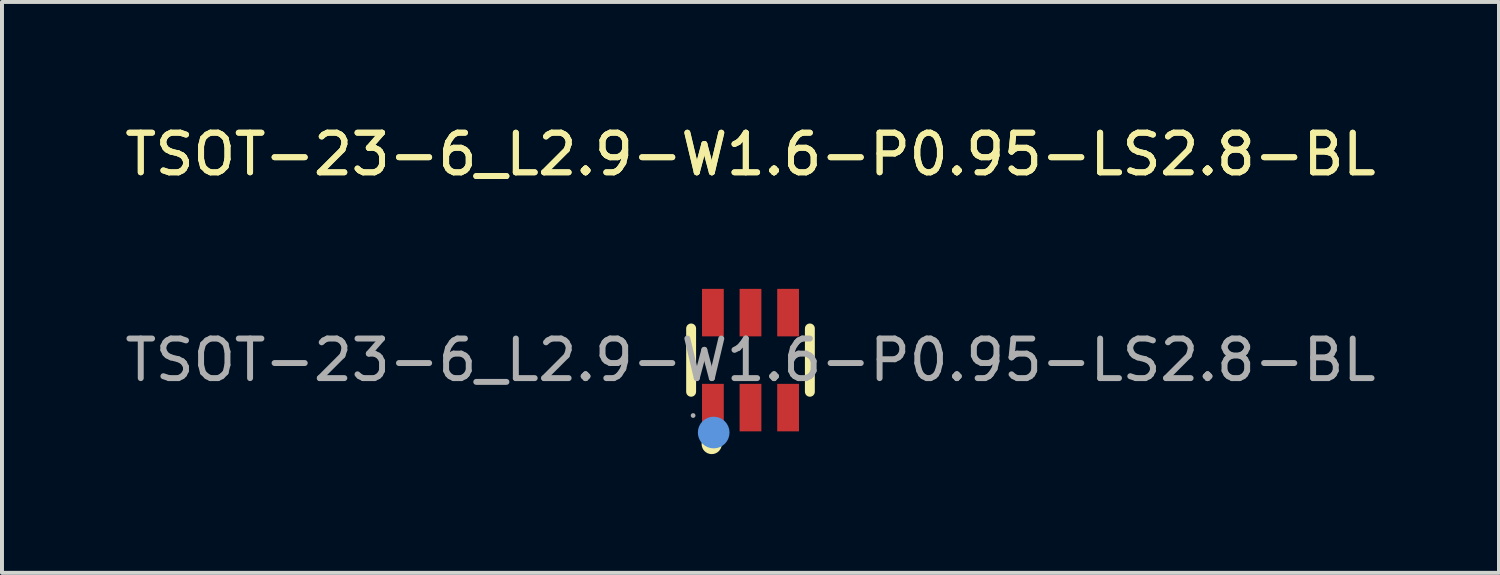
<source format=kicad_pcb>
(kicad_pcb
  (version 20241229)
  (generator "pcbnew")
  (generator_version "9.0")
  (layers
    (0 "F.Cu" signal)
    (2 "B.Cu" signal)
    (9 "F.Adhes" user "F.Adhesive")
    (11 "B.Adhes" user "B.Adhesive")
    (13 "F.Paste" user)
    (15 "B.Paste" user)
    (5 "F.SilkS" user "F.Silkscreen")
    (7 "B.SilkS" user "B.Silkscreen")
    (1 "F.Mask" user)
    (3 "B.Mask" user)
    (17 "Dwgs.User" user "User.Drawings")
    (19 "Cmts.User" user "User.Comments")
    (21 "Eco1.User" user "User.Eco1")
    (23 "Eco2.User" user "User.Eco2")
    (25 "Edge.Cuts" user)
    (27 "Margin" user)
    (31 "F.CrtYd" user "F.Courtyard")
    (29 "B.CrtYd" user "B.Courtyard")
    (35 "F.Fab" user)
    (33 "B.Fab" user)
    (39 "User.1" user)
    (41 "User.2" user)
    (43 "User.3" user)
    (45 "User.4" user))
  (footprint "TSOT-23-6_L2.9-W1.6-P0.95-LS2.8-BL"
    (layer "F.Cu")
    (at 15.911 6.048)
    (property "Reference" "TSOT-23-6_L2.9-W1.6-P0.95-LS2.8-BL" (at 0 -5.2 0) (layer "F.SilkS") (effects (font (size 1 1) (thickness 0.15))))
    (attr smd)
    (fp_line (start -1.5 0.8) (end -1.5 -0.8) (stroke (width 0.25) (type solid)) (layer "F.SilkS"))
    (fp_line (start 1.5 -0.8) (end 1.5 0.8) (stroke (width 0.25) (type solid)) (layer "F.SilkS"))
    (fp_circle (center -0.98 2.12) (end -0.85 2.12) (stroke (width 0.25) (type solid)) (fill no) (layer "F.SilkS"))
    (fp_circle (center -0.93 1.83) (end -0.73 1.83) (stroke (width 0.4) (type solid)) (fill no) (layer "Cmts.User"))
    (fp_circle (center -1.45 1.4) (end -1.42 1.4) (stroke (width 0.06) (type solid)) (fill no) (layer "F.Fab"))
    (fp_text user "${REFERENCE}" (at 0 -5.2 0) (layer "F.SilkS") (effects (font (size 1 1) (thickness 0.15))))
    (fp_text user "${REFERENCE}" (at 0 0 0) (layer "F.Fab") (effects (font (size 1 1) (thickness 0.15))))
    (pad "1" smd rect (at -0.95 1.2) (size 0.55 1.2) (layers "F.Cu" "F.Mask" "F.Paste"))
    (pad "2" smd rect (at 0 1.2) (size 0.55 1.2) (layers "F.Cu" "F.Mask" "F.Paste"))
    (pad "3" smd rect (at 0.95 1.2) (size 0.55 1.2) (layers "F.Cu" "F.Mask" "F.Paste"))
    (pad "4" smd rect (at 0.95 -1.2) (size 0.55 1.2) (layers "F.Cu" "F.Mask" "F.Paste"))
    (pad "5" smd rect (at 0 -1.2) (size 0.55 1.2) (layers "F.Cu" "F.Mask" "F.Paste"))
    (pad "6" smd rect (at -0.95 -1.2) (size 0.55 1.2) (layers "F.Cu" "F.Mask" "F.Paste")))
  (gr_rect
    (start -3 -3)
    (end 34.821 11.423)
    (stroke (width 0.1) (type default))
    (fill no)
    (layer "Edge.Cuts")))
</source>
